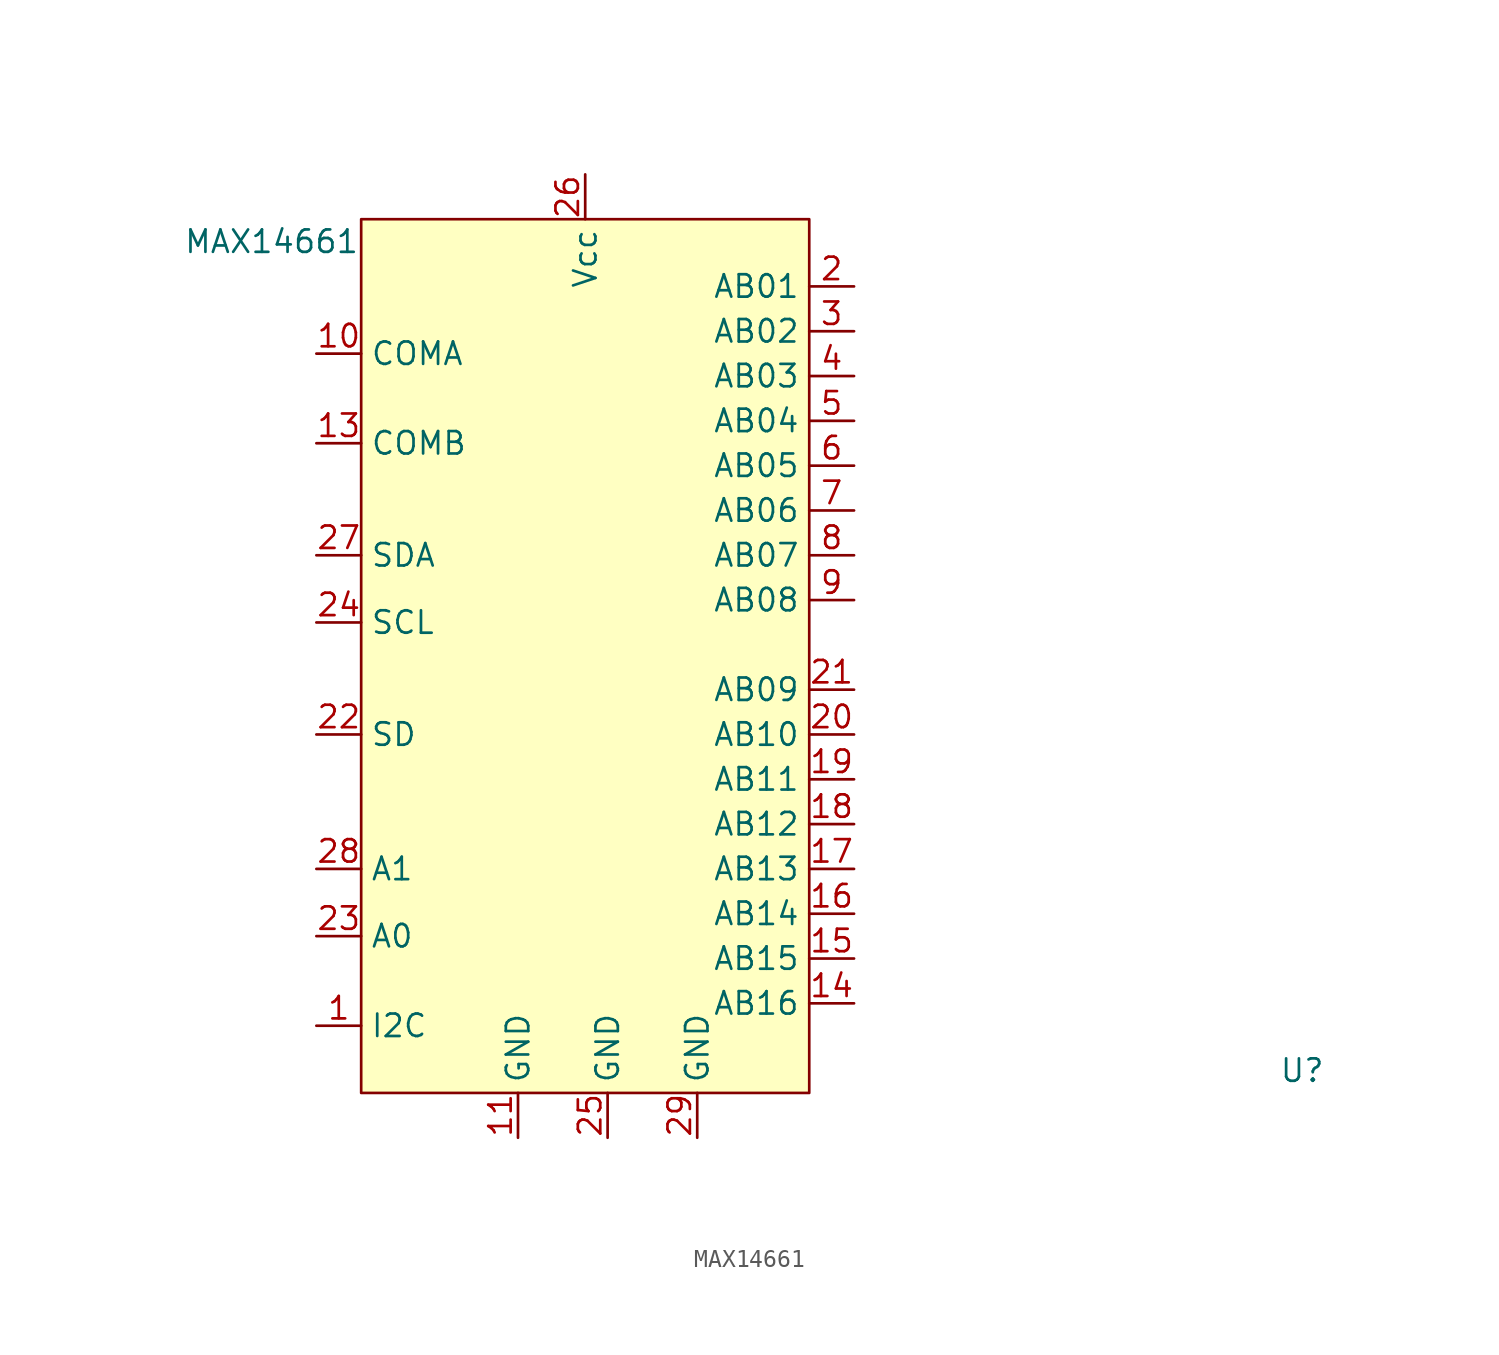
<source format=kicad_sym>
(kicad_symbol_lib
  (version 20211014)
  (generator kicad_symbol_editor)
  (symbol "MAX14661"
    (property "Reference" "U"
      (at 38.1 -24.13 0)
      (effects (font (size 1.27 1.27))))
    (property "Value" "MAX14661"
      (at -20.32 22.86 0)
      (effects (font (size 1.27 1.27))))
    (symbol "MAX14661_0_1"
      (rectangle (start -15.24 24.13) (end 10.16 -25.4) (stroke (width 0.152) (type default) (color 0 0 0 0)) (fill (type background))))
    (symbol "MAX14661_1_1"
      (pin input line (at -17.78 -21.59 0) (length 2.54) (name "I2C" (effects (font (size 1.27 1.27)))) (number "1" (effects (font (size 1.27 1.27)))))
      (pin bidirectional line (at -17.78 16.51 0) (length 2.54) (name "COMA" (effects (font (size 1.27 1.27)))) (number "10" (effects (font (size 1.27 1.27)))))
      (pin power_in line (at -6.35 -27.94 90) (length 2.54) (name "GND" (effects (font (size 1.27 1.27)))) (number "11" (effects (font (size 1.27 1.27)))))
      (pin bidirectional line (at -17.78 11.43 0) (length 2.54) (name "COMB" (effects (font (size 1.27 1.27)))) (number "13" (effects (font (size 1.27 1.27)))))
      (pin bidirectional line (at 12.7 -20.32 180) (length 2.54) (name "AB16" (effects (font (size 1.27 1.27)))) (number "14" (effects (font (size 1.27 1.27)))))
      (pin bidirectional line (at 12.7 -17.78 180) (length 2.54) (name "AB15" (effects (font (size 1.27 1.27)))) (number "15" (effects (font (size 1.27 1.27)))))
      (pin bidirectional line (at 12.7 -15.24 180) (length 2.54) (name "AB14" (effects (font (size 1.27 1.27)))) (number "16" (effects (font (size 1.27 1.27)))))
      (pin bidirectional line (at 12.7 -12.7 180) (length 2.54) (name "AB13" (effects (font (size 1.27 1.27)))) (number "17" (effects (font (size 1.27 1.27)))))
      (pin bidirectional line (at 12.7 -10.16 180) (length 2.54) (name "AB12" (effects (font (size 1.27 1.27)))) (number "18" (effects (font (size 1.27 1.27)))))
      (pin bidirectional line (at 12.7 -7.62 180) (length 2.54) (name "AB11" (effects (font (size 1.27 1.27)))) (number "19" (effects (font (size 1.27 1.27)))))
      (pin bidirectional line (at 12.7 20.32 180) (length 2.54) (name "AB01" (effects (font (size 1.27 1.27)))) (number "2" (effects (font (size 1.27 1.27)))))
      (pin bidirectional line (at 12.7 -5.08 180) (length 2.54) (name "AB10" (effects (font (size 1.27 1.27)))) (number "20" (effects (font (size 1.27 1.27)))))
      (pin bidirectional line (at 12.7 -2.54 180) (length 2.54) (name "AB09" (effects (font (size 1.27 1.27)))) (number "21" (effects (font (size 1.27 1.27)))))
      (pin bidirectional line (at -17.78 -5.08 0) (length 2.54) (name "SD" (effects (font (size 1.27 1.27)))) (number "22" (effects (font (size 1.27 1.27)))))
      (pin input line (at -17.78 -16.51 0) (length 2.54) (name "A0" (effects (font (size 1.27 1.27)))) (number "23" (effects (font (size 1.27 1.27)))))
      (pin bidirectional line (at -17.78 1.27 0) (length 2.54) (name "SCL" (effects (font (size 1.27 1.27)))) (number "24" (effects (font (size 1.27 1.27)))))
      (pin power_in line (at -1.27 -27.94 90) (length 2.54) (name "GND" (effects (font (size 1.27 1.27)))) (number "25" (effects (font (size 1.27 1.27)))))
      (pin power_in line (at -2.54 26.67 270) (length 2.54) (name "Vcc" (effects (font (size 1.27 1.27)))) (number "26" (effects (font (size 1.27 1.27)))))
      (pin bidirectional line (at -17.78 5.08 0) (length 2.54) (name "SDA" (effects (font (size 1.27 1.27)))) (number "27" (effects (font (size 1.27 1.27)))))
      (pin input line (at -17.78 -12.7 0) (length 2.54) (name "A1" (effects (font (size 1.27 1.27)))) (number "28" (effects (font (size 1.27 1.27)))))
      (pin power_in line (at 3.81 -27.94 90) (length 2.54) (name "GND" (effects (font (size 1.27 1.27)))) (number "29" (effects (font (size 1.27 1.27)))))
      (pin bidirectional line (at 12.7 17.78 180) (length 2.54) (name "AB02" (effects (font (size 1.27 1.27)))) (number "3" (effects (font (size 1.27 1.27)))))
      (pin bidirectional line (at 12.7 15.24 180) (length 2.54) (name "AB03" (effects (font (size 1.27 1.27)))) (number "4" (effects (font (size 1.27 1.27)))))
      (pin bidirectional line (at 12.7 12.7 180) (length 2.54) (name "AB04" (effects (font (size 1.27 1.27)))) (number "5" (effects (font (size 1.27 1.27)))))
      (pin bidirectional line (at 12.7 10.16 180) (length 2.54) (name "AB05" (effects (font (size 1.27 1.27)))) (number "6" (effects (font (size 1.27 1.27)))))
      (pin bidirectional line (at 12.7 7.62 180) (length 2.54) (name "AB06" (effects (font (size 1.27 1.27)))) (number "7" (effects (font (size 1.27 1.27)))))
      (pin bidirectional line (at 12.7 5.08 180) (length 2.54) (name "AB07" (effects (font (size 1.27 1.27)))) (number "8" (effects (font (size 1.27 1.27)))))
      (pin bidirectional line (at 12.7 2.54 180) (length 2.54) (name "AB08" (effects (font (size 1.27 1.27)))) (number "9" (effects (font (size 1.27 1.27))))))))
</source>
